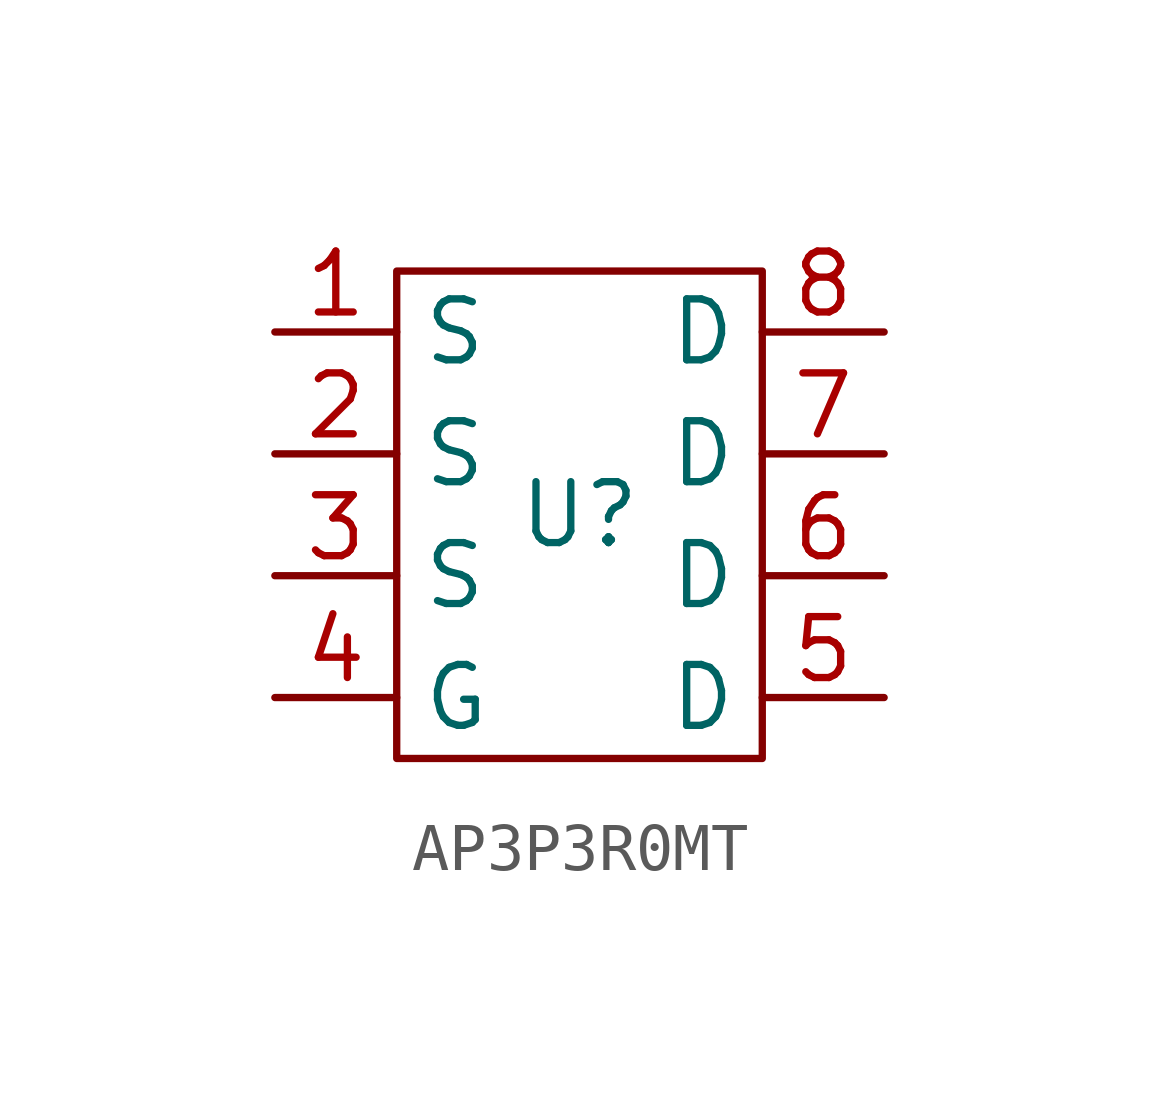
<source format=kicad_sym>
(kicad_symbol_lib
  (version 20220914)
  (generator kicad_symbol_editor)
  (symbol "AP3P3R0MT"
    (property "Reference" "U"
      (at 0 0 0)
      (effects (font (size 1.27 1.27))))
    (property "Value" ""
      (at -3.81 3.81 0)
      (effects (font (size 1.27 1.27))))
    (symbol "AP3P3R0MT_0_1"
      (rectangle (start -3.81 5.08) (end 3.81 -5.08) (stroke (width 0) (type default)) (fill (type none))))
    (symbol "AP3P3R0MT_1_1"
      (pin input line (at -6.35 3.81 0) (length 2.54) (name "S" (effects (font (size 1.27 1.27)))) (number "1" (effects (font (size 1.27 1.27)))))
      (pin input line (at -6.35 1.27 0) (length 2.54) (name "S" (effects (font (size 1.27 1.27)))) (number "2" (effects (font (size 1.27 1.27)))))
      (pin input line (at -6.35 -1.27 0) (length 2.54) (name "S" (effects (font (size 1.27 1.27)))) (number "3" (effects (font (size 1.27 1.27)))))
      (pin input line (at -6.35 -3.81 0) (length 2.54) (name "G" (effects (font (size 1.27 1.27)))) (number "4" (effects (font (size 1.27 1.27)))))
      (pin input line (at 6.35 -3.81 180) (length 2.54) (name "D" (effects (font (size 1.27 1.27)))) (number "5" (effects (font (size 1.27 1.27)))))
      (pin input line (at 6.35 -1.27 180) (length 2.54) (name "D" (effects (font (size 1.27 1.27)))) (number "6" (effects (font (size 1.27 1.27)))))
      (pin input line (at 6.35 1.27 180) (length 2.54) (name "D" (effects (font (size 1.27 1.27)))) (number "7" (effects (font (size 1.27 1.27)))))
      (pin input line (at 6.35 3.81 180) (length 2.54) (name "D" (effects (font (size 1.27 1.27)))) (number "8" (effects (font (size 1.27 1.27))))))))
</source>
